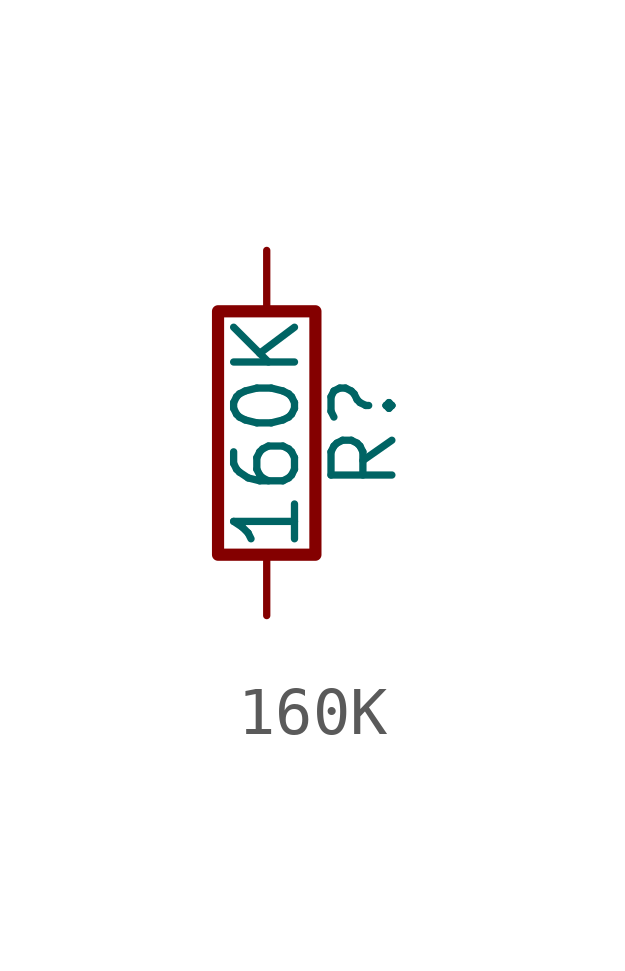
<source format=kicad_sym>
(kicad_symbol_lib
  (version 20220914)
  (generator kicad_db_lib)
  (symbol "160K"
    (pin_numbers hide)
    (pin_names
      (offset 0))
    (property "Reference" "R"
      (at 2.032 0 90)
      (effects (font (size 1.27 1.27))))
    (property "Value" "160K"
      (at 0 0 90)
      (effects (font (size 1.27 1.27))))
    (symbol "160K_0_1"
      (rectangle (start -1.016 -2.54) (end 1.016 2.54) (stroke (width 0.254) (type default)) (fill (type none))))
    (symbol "160K_1_1"
      (pin passive line (at 0 3.81 270) (length 1.27) (name "~" (effects (font (size 1.27 1.27)))) (number "1" (effects (font (size 1.27 1.27)))))
      (pin passive line (at 0 -3.81 90) (length 1.27) (name "~" (effects (font (size 1.27 1.27)))) (number "2" (effects (font (size 1.27 1.27))))))))
</source>
